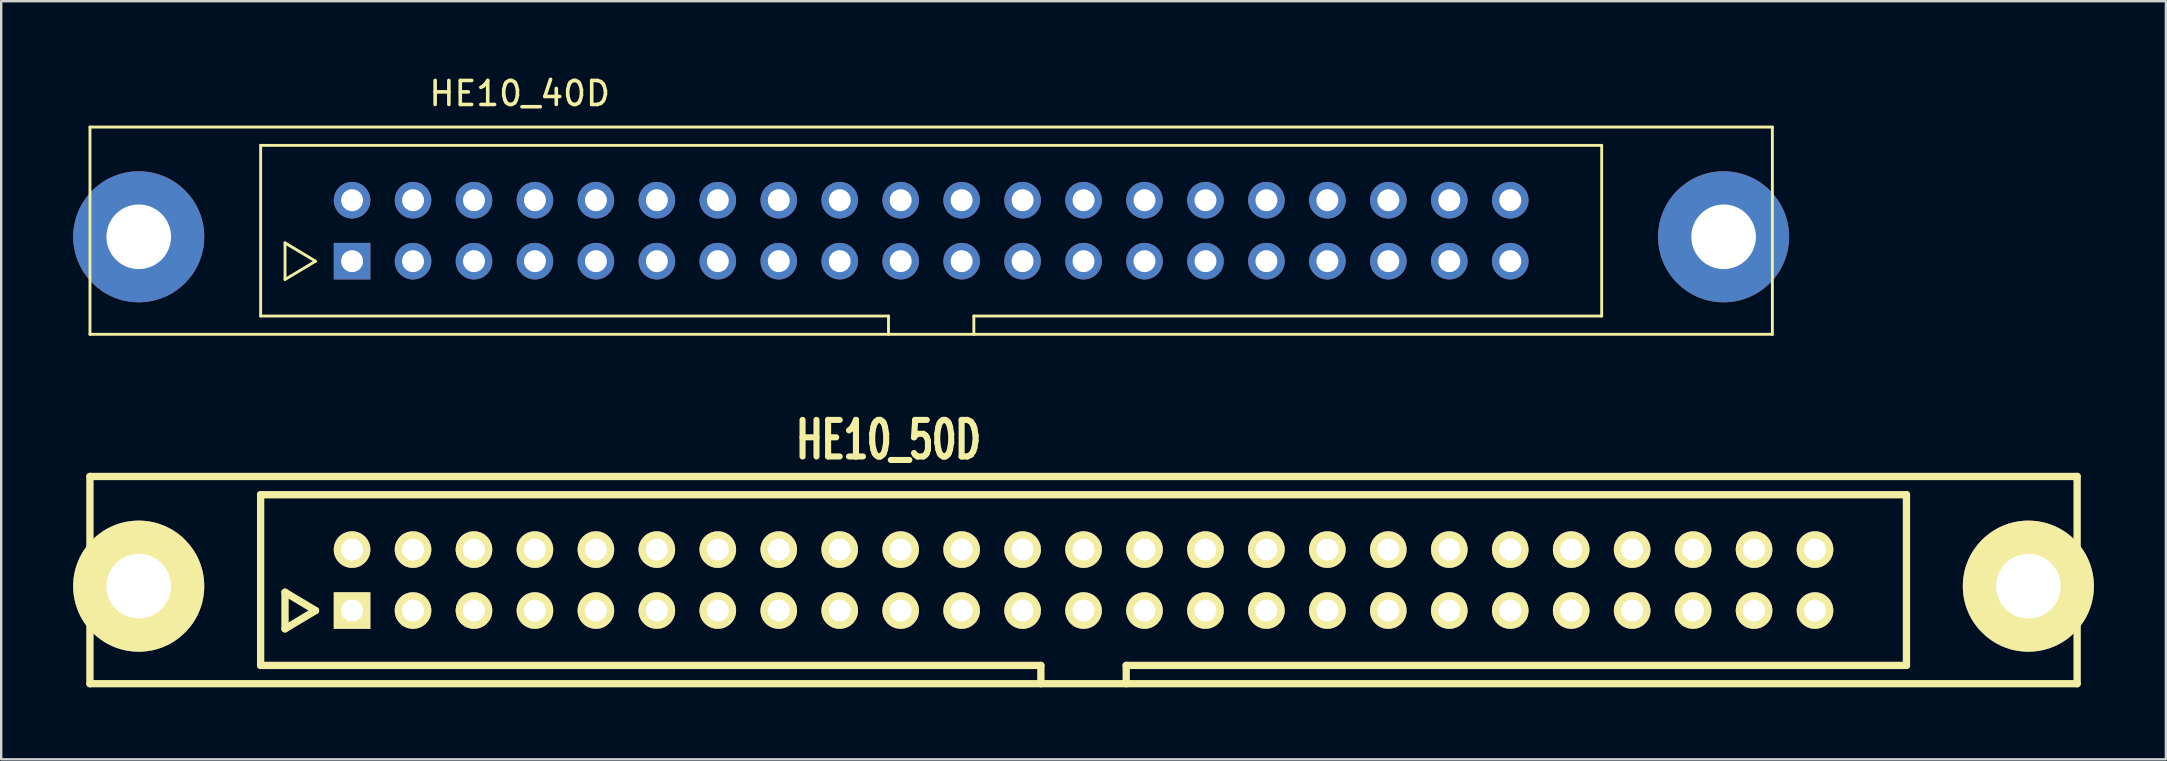
<source format=kicad_pcb>
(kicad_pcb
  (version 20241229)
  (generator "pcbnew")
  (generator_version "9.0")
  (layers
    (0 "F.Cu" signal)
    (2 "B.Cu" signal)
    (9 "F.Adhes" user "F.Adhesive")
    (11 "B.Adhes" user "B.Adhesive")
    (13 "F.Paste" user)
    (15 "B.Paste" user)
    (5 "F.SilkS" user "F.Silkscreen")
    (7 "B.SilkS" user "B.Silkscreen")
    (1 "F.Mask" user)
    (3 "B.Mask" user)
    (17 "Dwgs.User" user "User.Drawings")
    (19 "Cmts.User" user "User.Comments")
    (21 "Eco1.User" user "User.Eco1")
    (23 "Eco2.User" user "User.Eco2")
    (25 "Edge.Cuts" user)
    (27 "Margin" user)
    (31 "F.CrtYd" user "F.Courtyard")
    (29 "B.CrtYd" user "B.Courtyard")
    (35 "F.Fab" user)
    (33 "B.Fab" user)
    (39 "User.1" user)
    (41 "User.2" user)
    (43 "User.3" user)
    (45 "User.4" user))
  (footprint "HE10_50D"
    (layer "F.Cu")
    (at 42.1 21.121)
    (property "Reference" "HE10_50D" (at -8.128 -5.842 0) (layer "F.SilkS") (effects (font (size 1.524 1.016) (thickness 0.305))))
    (attr through_hole)
    (fp_line (start -41.402 -4.318) (end -41.402 4.318) (stroke (width 0.305) (type solid)) (layer "F.SilkS"))
    (fp_line (start -41.402 4.318) (end 41.402 4.318) (stroke (width 0.305) (type solid)) (layer "F.SilkS"))
    (fp_line (start -34.29 -3.556) (end 34.29 -3.556) (stroke (width 0.305) (type solid)) (layer "F.SilkS"))
    (fp_line (start -34.29 3.556) (end -34.29 -3.556) (stroke (width 0.305) (type solid)) (layer "F.SilkS"))
    (fp_line (start -33.274 0.508) (end -33.274 2.032) (stroke (width 0.305) (type solid)) (layer "F.SilkS"))
    (fp_line (start -33.274 2.032) (end -32.004 1.27) (stroke (width 0.305) (type solid)) (layer "F.SilkS"))
    (fp_line (start -32.004 1.27) (end -33.274 0.508) (stroke (width 0.305) (type solid)) (layer "F.SilkS"))
    (fp_line (start -1.778 3.556) (end -34.29 3.556) (stroke (width 0.305) (type solid)) (layer "F.SilkS"))
    (fp_line (start -1.778 4.318) (end -1.778 3.556) (stroke (width 0.305) (type solid)) (layer "F.SilkS"))
    (fp_line (start 1.778 3.556) (end 1.778 4.318) (stroke (width 0.305) (type solid)) (layer "F.SilkS"))
    (fp_line (start 34.29 -3.556) (end 34.29 3.556) (stroke (width 0.305) (type solid)) (layer "F.SilkS"))
    (fp_line (start 34.29 3.556) (end 1.778 3.556) (stroke (width 0.305) (type solid)) (layer "F.SilkS"))
    (fp_line (start 41.402 -4.318) (end -41.402 -4.318) (stroke (width 0.305) (type solid)) (layer "F.SilkS"))
    (fp_line (start 41.402 4.318) (end 41.402 -4.318) (stroke (width 0.305) (type solid)) (layer "F.SilkS"))
    (pad "" thru_hole circle (at -39.37 0.254) (size 5.461 5.461) (drill 2.692) (layers "*.Cu" "*.Mask" "F.SilkS"))
    (pad "" thru_hole circle (at 39.37 0.254) (size 5.461 5.461) (drill 2.692) (layers "*.Cu" "*.Mask" "F.SilkS"))
    (pad "1" thru_hole rect (at -30.48 1.27) (size 1.524 1.524) (drill 0.914) (layers "*.Cu" "*.Mask" "F.SilkS"))
    (pad "2" thru_hole circle (at -30.48 -1.27) (size 1.524 1.524) (drill 0.914) (layers "*.Cu" "*.Mask" "F.SilkS"))
    (pad "3" thru_hole circle (at -27.94 1.27) (size 1.524 1.524) (drill 0.914) (layers "*.Cu" "*.Mask" "F.SilkS"))
    (pad "4" thru_hole circle (at -27.94 -1.27) (size 1.524 1.524) (drill 0.914) (layers "*.Cu" "*.Mask" "F.SilkS"))
    (pad "5" thru_hole circle (at -25.4 1.27) (size 1.524 1.524) (drill 0.914) (layers "*.Cu" "*.Mask" "F.SilkS"))
    (pad "6" thru_hole circle (at -25.4 -1.27) (size 1.524 1.524) (drill 0.914) (layers "*.Cu" "*.Mask" "F.SilkS"))
    (pad "7" thru_hole circle (at -22.86 1.27) (size 1.524 1.524) (drill 0.914) (layers "*.Cu" "*.Mask" "F.SilkS"))
    (pad "8" thru_hole circle (at -22.86 -1.27) (size 1.524 1.524) (drill 0.914) (layers "*.Cu" "*.Mask" "F.SilkS"))
    (pad "9" thru_hole circle (at -20.32 1.27) (size 1.524 1.524) (drill 0.914) (layers "*.Cu" "*.Mask" "F.SilkS"))
    (pad "10" thru_hole circle (at -20.32 -1.27) (size 1.524 1.524) (drill 0.914) (layers "*.Cu" "*.Mask" "F.SilkS"))
    (pad "11" thru_hole circle (at -17.78 1.27) (size 1.524 1.524) (drill 0.914) (layers "*.Cu" "*.Mask" "F.SilkS"))
    (pad "12" thru_hole circle (at -17.78 -1.27) (size 1.524 1.524) (drill 0.914) (layers "*.Cu" "*.Mask" "F.SilkS"))
    (pad "13" thru_hole circle (at -15.24 1.27) (size 1.524 1.524) (drill 0.914) (layers "*.Cu" "*.Mask" "F.SilkS"))
    (pad "14" thru_hole circle (at -15.24 -1.27) (size 1.524 1.524) (drill 0.914) (layers "*.Cu" "*.Mask" "F.SilkS"))
    (pad "15" thru_hole circle (at -12.7 1.27) (size 1.524 1.524) (drill 0.914) (layers "*.Cu" "*.Mask" "F.SilkS"))
    (pad "16" thru_hole circle (at -12.7 -1.27) (size 1.524 1.524) (drill 0.914) (layers "*.Cu" "*.Mask" "F.SilkS"))
    (pad "17" thru_hole circle (at -10.16 1.27) (size 1.524 1.524) (drill 0.914) (layers "*.Cu" "*.Mask" "F.SilkS"))
    (pad "18" thru_hole circle (at -10.16 -1.27) (size 1.524 1.524) (drill 0.914) (layers "*.Cu" "*.Mask" "F.SilkS"))
    (pad "19" thru_hole circle (at -7.62 1.27) (size 1.524 1.524) (drill 0.914) (layers "*.Cu" "*.Mask" "F.SilkS"))
    (pad "20" thru_hole circle (at -7.62 -1.27) (size 1.524 1.524) (drill 0.914) (layers "*.Cu" "*.Mask" "F.SilkS"))
    (pad "21" thru_hole circle (at -5.08 1.27) (size 1.524 1.524) (drill 0.914) (layers "*.Cu" "*.Mask" "F.SilkS"))
    (pad "22" thru_hole circle (at -5.08 -1.27) (size 1.524 1.524) (drill 0.914) (layers "*.Cu" "*.Mask" "F.SilkS"))
    (pad "23" thru_hole circle (at -2.54 1.27) (size 1.524 1.524) (drill 0.914) (layers "*.Cu" "*.Mask" "F.SilkS"))
    (pad "24" thru_hole circle (at -2.54 -1.27) (size 1.524 1.524) (drill 0.914) (layers "*.Cu" "*.Mask" "F.SilkS"))
    (pad "25" thru_hole circle (at 0 1.27) (size 1.524 1.524) (drill 0.914) (layers "*.Cu" "*.Mask" "F.SilkS"))
    (pad "26" thru_hole circle (at 0 -1.27) (size 1.524 1.524) (drill 0.914) (layers "*.Cu" "*.Mask" "F.SilkS"))
    (pad "27" thru_hole circle (at 2.54 1.27) (size 1.524 1.524) (drill 0.914) (layers "*.Cu" "*.Mask" "F.SilkS"))
    (pad "28" thru_hole circle (at 2.54 -1.27) (size 1.524 1.524) (drill 0.914) (layers "*.Cu" "*.Mask" "F.SilkS"))
    (pad "29" thru_hole circle (at 5.08 1.27) (size 1.524 1.524) (drill 0.914) (layers "*.Cu" "*.Mask" "F.SilkS"))
    (pad "30" thru_hole circle (at 5.08 -1.27) (size 1.524 1.524) (drill 0.914) (layers "*.Cu" "*.Mask" "F.SilkS"))
    (pad "31" thru_hole circle (at 7.62 1.27) (size 1.524 1.524) (drill 0.914) (layers "*.Cu" "*.Mask" "F.SilkS"))
    (pad "32" thru_hole circle (at 7.62 -1.27) (size 1.524 1.524) (drill 0.914) (layers "*.Cu" "*.Mask" "F.SilkS"))
    (pad "33" thru_hole circle (at 10.16 1.27) (size 1.524 1.524) (drill 0.914) (layers "*.Cu" "*.Mask" "F.SilkS"))
    (pad "34" thru_hole circle (at 10.16 -1.27) (size 1.524 1.524) (drill 0.914) (layers "*.Cu" "*.Mask" "F.SilkS"))
    (pad "35" thru_hole circle (at 12.7 1.27) (size 1.524 1.524) (drill 0.914) (layers "*.Cu" "*.Mask" "F.SilkS"))
    (pad "36" thru_hole circle (at 12.7 -1.27) (size 1.524 1.524) (drill 0.914) (layers "*.Cu" "*.Mask" "F.SilkS"))
    (pad "37" thru_hole circle (at 15.24 1.27) (size 1.524 1.524) (drill 0.914) (layers "*.Cu" "*.Mask" "F.SilkS"))
    (pad "38" thru_hole circle (at 15.24 -1.27) (size 1.524 1.524) (drill 0.914) (layers "*.Cu" "*.Mask" "F.SilkS"))
    (pad "39" thru_hole circle (at 17.78 1.27) (size 1.524 1.524) (drill 0.914) (layers "*.Cu" "*.Mask" "F.SilkS"))
    (pad "40" thru_hole circle (at 17.78 -1.27) (size 1.524 1.524) (drill 0.914) (layers "*.Cu" "*.Mask" "F.SilkS"))
    (pad "41" thru_hole circle (at 20.32 1.27) (size 1.524 1.524) (drill 0.914) (layers "*.Cu" "*.Mask" "F.SilkS"))
    (pad "42" thru_hole circle (at 20.32 -1.27) (size 1.524 1.524) (drill 0.914) (layers "*.Cu" "*.Mask" "F.SilkS"))
    (pad "43" thru_hole circle (at 22.86 1.27) (size 1.524 1.524) (drill 0.914) (layers "*.Cu" "*.Mask" "F.SilkS"))
    (pad "44" thru_hole circle (at 22.86 -1.27) (size 1.524 1.524) (drill 0.914) (layers "*.Cu" "*.Mask" "F.SilkS"))
    (pad "45" thru_hole circle (at 25.4 1.27) (size 1.524 1.524) (drill 0.914) (layers "*.Cu" "*.Mask" "F.SilkS"))
    (pad "46" thru_hole circle (at 25.4 -1.27) (size 1.524 1.524) (drill 0.914) (layers "*.Cu" "*.Mask" "F.SilkS"))
    (pad "47" thru_hole circle (at 27.94 1.27) (size 1.524 1.524) (drill 0.914) (layers "*.Cu" "*.Mask" "F.SilkS"))
    (pad "48" thru_hole circle (at 27.94 -1.27) (size 1.524 1.524) (drill 0.914) (layers "*.Cu" "*.Mask" "F.SilkS"))
    (pad "49" thru_hole circle (at 30.48 1.27) (size 1.524 1.524) (drill 0.914) (layers "*.Cu" "*.Mask" "F.SilkS"))
    (pad "50" thru_hole circle (at 30.48 -1.27) (size 1.524 1.524) (drill 0.914) (layers "*.Cu" "*.Mask" "F.SilkS")))
  (footprint "HE10_40D"
    (layer "F.Cu")
    (at 35.751 6.563)
    (property "Reference" "HE10_40D" (at -17.145 -5.715 0) (layer "F.SilkS") (effects (font (size 1 1) (thickness 0.15))))
    (attr through_hole)
    (fp_line (start -35.052 -4.318) (end -35.052 4.318) (stroke (width 0.12) (type solid)) (layer "F.SilkS"))
    (fp_line (start -35.052 4.318) (end 35.052 4.318) (stroke (width 0.12) (type solid)) (layer "F.SilkS"))
    (fp_line (start -27.94 -3.556) (end 27.94 -3.556) (stroke (width 0.12) (type solid)) (layer "F.SilkS"))
    (fp_line (start -27.94 3.556) (end -27.94 -3.556) (stroke (width 0.12) (type solid)) (layer "F.SilkS"))
    (fp_line (start -26.924 0.508) (end -26.924 2.032) (stroke (width 0.12) (type solid)) (layer "F.SilkS"))
    (fp_line (start -26.924 2.032) (end -25.654 1.27) (stroke (width 0.12) (type solid)) (layer "F.SilkS"))
    (fp_line (start -25.654 1.27) (end -26.924 0.508) (stroke (width 0.12) (type solid)) (layer "F.SilkS"))
    (fp_line (start -1.778 3.556) (end -27.94 3.556) (stroke (width 0.12) (type solid)) (layer "F.SilkS"))
    (fp_line (start -1.778 4.318) (end -1.778 3.556) (stroke (width 0.12) (type solid)) (layer "F.SilkS"))
    (fp_line (start 1.778 3.556) (end 1.778 4.318) (stroke (width 0.12) (type solid)) (layer "F.SilkS"))
    (fp_line (start 27.94 -3.556) (end 27.94 3.556) (stroke (width 0.12) (type solid)) (layer "F.SilkS"))
    (fp_line (start 27.94 3.556) (end 1.778 3.556) (stroke (width 0.12) (type solid)) (layer "F.SilkS"))
    (fp_line (start 35.052 -4.318) (end -35.052 -4.318) (stroke (width 0.12) (type solid)) (layer "F.SilkS"))
    (fp_line (start 35.052 4.318) (end 35.052 -4.318) (stroke (width 0.12) (type solid)) (layer "F.SilkS"))
    (pad "" thru_hole circle (at -33.02 0.254) (size 5.461 5.461) (drill 2.692) (layers "*.Cu" "*.Mask"))
    (pad "" thru_hole circle (at 33.02 0.254) (size 5.461 5.461) (drill 2.692) (layers "*.Cu" "*.Mask"))
    (pad "1" thru_hole rect (at -24.13 1.27) (size 1.524 1.524) (drill 0.914) (layers "*.Cu" "*.Mask"))
    (pad "2" thru_hole circle (at -24.13 -1.27) (size 1.524 1.524) (drill 0.914) (layers "*.Cu" "*.Mask"))
    (pad "3" thru_hole circle (at -21.59 1.27) (size 1.524 1.524) (drill 0.914) (layers "*.Cu" "*.Mask"))
    (pad "4" thru_hole circle (at -21.59 -1.27) (size 1.524 1.524) (drill 0.914) (layers "*.Cu" "*.Mask"))
    (pad "5" thru_hole circle (at -19.05 1.27) (size 1.524 1.524) (drill 0.914) (layers "*.Cu" "*.Mask"))
    (pad "6" thru_hole circle (at -19.05 -1.27) (size 1.524 1.524) (drill 0.914) (layers "*.Cu" "*.Mask"))
    (pad "7" thru_hole circle (at -16.51 1.27) (size 1.524 1.524) (drill 0.914) (layers "*.Cu" "*.Mask"))
    (pad "8" thru_hole circle (at -16.51 -1.27) (size 1.524 1.524) (drill 0.914) (layers "*.Cu" "*.Mask"))
    (pad "9" thru_hole circle (at -13.97 1.27) (size 1.524 1.524) (drill 0.914) (layers "*.Cu" "*.Mask"))
    (pad "10" thru_hole circle (at -13.97 -1.27) (size 1.524 1.524) (drill 0.914) (layers "*.Cu" "*.Mask"))
    (pad "11" thru_hole circle (at -11.43 1.27) (size 1.524 1.524) (drill 0.914) (layers "*.Cu" "*.Mask"))
    (pad "12" thru_hole circle (at -11.43 -1.27) (size 1.524 1.524) (drill 0.914) (layers "*.Cu" "*.Mask"))
    (pad "13" thru_hole circle (at -8.89 1.27) (size 1.524 1.524) (drill 0.914) (layers "*.Cu" "*.Mask"))
    (pad "14" thru_hole circle (at -8.89 -1.27) (size 1.524 1.524) (drill 0.914) (layers "*.Cu" "*.Mask"))
    (pad "15" thru_hole circle (at -6.35 1.27) (size 1.524 1.524) (drill 0.914) (layers "*.Cu" "*.Mask"))
    (pad "16" thru_hole circle (at -6.35 -1.27) (size 1.524 1.524) (drill 0.914) (layers "*.Cu" "*.Mask"))
    (pad "17" thru_hole circle (at -3.81 1.27) (size 1.524 1.524) (drill 0.914) (layers "*.Cu" "*.Mask"))
    (pad "18" thru_hole circle (at -3.81 -1.27) (size 1.524 1.524) (drill 0.914) (layers "*.Cu" "*.Mask"))
    (pad "19" thru_hole circle (at -1.27 1.27) (size 1.524 1.524) (drill 0.914) (layers "*.Cu" "*.Mask"))
    (pad "20" thru_hole circle (at -1.27 -1.27) (size 1.524 1.524) (drill 0.914) (layers "*.Cu" "*.Mask"))
    (pad "21" thru_hole circle (at 1.27 1.27) (size 1.524 1.524) (drill 0.914) (layers "*.Cu" "*.Mask"))
    (pad "22" thru_hole circle (at 1.27 -1.27) (size 1.524 1.524) (drill 0.914) (layers "*.Cu" "*.Mask"))
    (pad "23" thru_hole circle (at 3.81 1.27) (size 1.524 1.524) (drill 0.914) (layers "*.Cu" "*.Mask"))
    (pad "24" thru_hole circle (at 3.81 -1.27) (size 1.524 1.524) (drill 0.914) (layers "*.Cu" "*.Mask"))
    (pad "25" thru_hole circle (at 6.35 1.27) (size 1.524 1.524) (drill 0.914) (layers "*.Cu" "*.Mask"))
    (pad "26" thru_hole circle (at 6.35 -1.27) (size 1.524 1.524) (drill 0.914) (layers "*.Cu" "*.Mask"))
    (pad "27" thru_hole circle (at 8.89 1.27) (size 1.524 1.524) (drill 0.914) (layers "*.Cu" "*.Mask"))
    (pad "28" thru_hole circle (at 8.89 -1.27) (size 1.524 1.524) (drill 0.914) (layers "*.Cu" "*.Mask"))
    (pad "29" thru_hole circle (at 11.43 1.27) (size 1.524 1.524) (drill 0.914) (layers "*.Cu" "*.Mask"))
    (pad "30" thru_hole circle (at 11.43 -1.27) (size 1.524 1.524) (drill 0.914) (layers "*.Cu" "*.Mask"))
    (pad "31" thru_hole circle (at 13.97 1.27) (size 1.524 1.524) (drill 0.914) (layers "*.Cu" "*.Mask"))
    (pad "32" thru_hole circle (at 13.97 -1.27) (size 1.524 1.524) (drill 0.914) (layers "*.Cu" "*.Mask"))
    (pad "33" thru_hole circle (at 16.51 1.27) (size 1.524 1.524) (drill 0.914) (layers "*.Cu" "*.Mask"))
    (pad "34" thru_hole circle (at 16.51 -1.27) (size 1.524 1.524) (drill 0.914) (layers "*.Cu" "*.Mask"))
    (pad "35" thru_hole circle (at 19.05 1.27) (size 1.524 1.524) (drill 0.914) (layers "*.Cu" "*.Mask"))
    (pad "36" thru_hole circle (at 19.05 -1.27) (size 1.524 1.524) (drill 0.914) (layers "*.Cu" "*.Mask"))
    (pad "37" thru_hole circle (at 21.59 1.27) (size 1.524 1.524) (drill 0.914) (layers "*.Cu" "*.Mask"))
    (pad "38" thru_hole circle (at 21.59 -1.27) (size 1.524 1.524) (drill 0.914) (layers "*.Cu" "*.Mask"))
    (pad "39" thru_hole circle (at 24.13 1.27) (size 1.524 1.524) (drill 0.914) (layers "*.Cu" "*.Mask"))
    (pad "40" thru_hole circle (at 24.13 -1.27) (size 1.524 1.524) (drill 0.914) (layers "*.Cu" "*.Mask")))
  (gr_rect
    (start -3 -3)
    (end 87.201 28.591)
    (stroke (width 0.1) (type default))
    (fill no)
    (layer "Edge.Cuts")))
</source>
